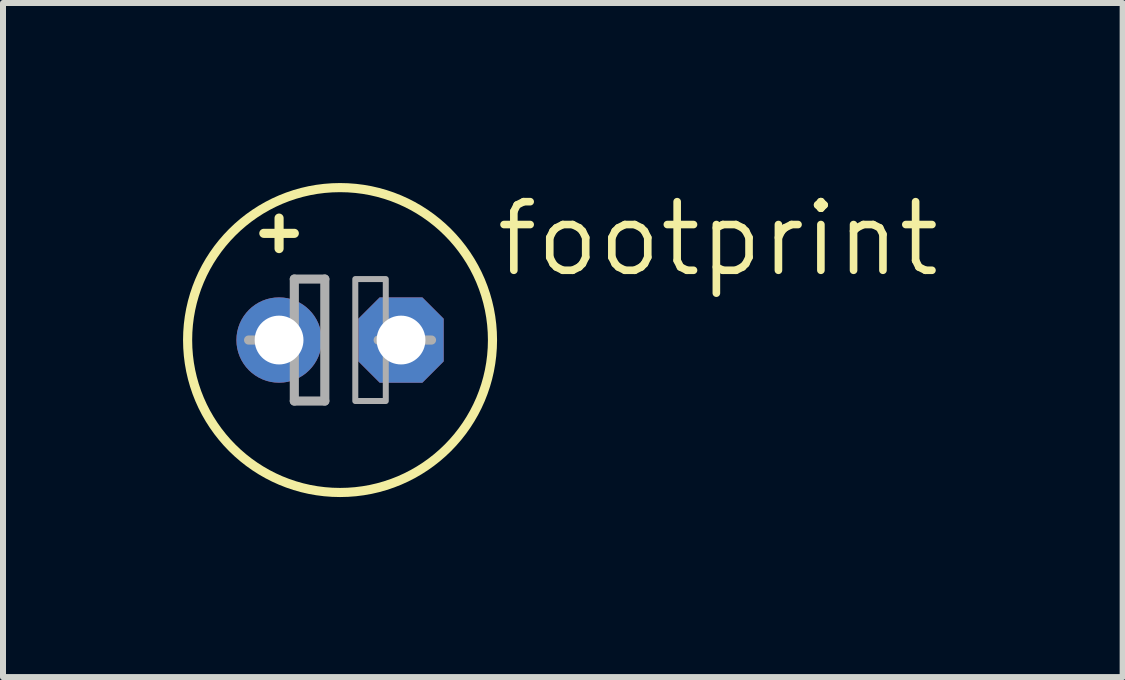
<source format=kicad_pcb>
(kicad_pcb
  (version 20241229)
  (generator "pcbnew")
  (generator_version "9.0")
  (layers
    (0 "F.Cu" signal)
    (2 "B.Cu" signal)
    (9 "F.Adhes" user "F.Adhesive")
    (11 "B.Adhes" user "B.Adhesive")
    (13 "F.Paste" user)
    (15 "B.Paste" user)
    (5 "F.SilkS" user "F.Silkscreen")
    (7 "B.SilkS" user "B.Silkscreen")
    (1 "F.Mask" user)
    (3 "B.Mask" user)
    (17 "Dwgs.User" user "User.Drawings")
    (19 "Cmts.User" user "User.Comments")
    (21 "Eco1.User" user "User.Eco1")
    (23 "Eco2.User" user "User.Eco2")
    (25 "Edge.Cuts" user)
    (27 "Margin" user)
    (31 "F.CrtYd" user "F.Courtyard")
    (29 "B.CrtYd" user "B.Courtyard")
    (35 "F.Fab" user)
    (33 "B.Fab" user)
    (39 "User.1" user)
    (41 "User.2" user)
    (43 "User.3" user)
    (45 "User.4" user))
  (footprint "footprint"
    (layer "F.Cu")
    (at 2.616 2.616)
    (property "Reference" "footprint" (at 2.54 -1.016 0) (layer "F.SilkS") (effects (font (size 1.143 1.143) (thickness 0.127)) (justify left bottom)))
    (fp_line (start -1.27 -1.778) (end -0.762 -1.778) (stroke (width 0.152) (type solid)) (layer "F.SilkS"))
    (fp_line (start -1.016 -1.524) (end -1.016 -2.032) (stroke (width 0.152) (type solid)) (layer "F.SilkS"))
    (fp_circle (center 0 0) (end 2.54 0) (stroke (width 0.152) (type solid)) (fill no) (layer "F.SilkS"))
    (fp_line (start -1.524 0) (end -0.762 0) (stroke (width 0.152) (type solid)) (layer "F.Fab"))
    (fp_line (start -0.762 -1.016) (end -0.762 0) (stroke (width 0.152) (type solid)) (layer "F.Fab"))
    (fp_line (start -0.762 0) (end -0.762 1.016) (stroke (width 0.152) (type solid)) (layer "F.Fab"))
    (fp_line (start -0.762 1.016) (end -0.254 1.016) (stroke (width 0.152) (type solid)) (layer "F.Fab"))
    (fp_line (start -0.254 -1.016) (end -0.762 -1.016) (stroke (width 0.152) (type solid)) (layer "F.Fab"))
    (fp_line (start -0.254 1.016) (end -0.254 -1.016) (stroke (width 0.152) (type solid)) (layer "F.Fab"))
    (fp_line (start 0.635 0) (end 1.524 0) (stroke (width 0.152) (type solid)) (layer "F.Fab"))
    (fp_poly (pts (xy 0.254 1.016) (xy 0.762 1.016) (xy 0.762 -1.016) (xy 0.254 -1.016)) (stroke (width 0.1) (type solid)) (fill no) (layer "F.Fab"))
    (pad "+" thru_hole circle (at -1.016 0) (size 1.422 1.422) (drill 0.813) (layers "*.Cu" "*.Mask"))
    (pad "-" thru_hole roundrect (at 1.016 0) (size 1.422 1.422) (drill 0.813) (layers "*.Cu" "*.Mask") (roundrect_rratio 0.25) (chamfer_ratio 0.25) (chamfer top_left top_right bottom_left bottom_right)))
  (gr_rect
    (start -3 -3)
    (end 15.656 8.232)
    (stroke (width 0.1) (type default))
    (fill no)
    (layer "Edge.Cuts")))
</source>
